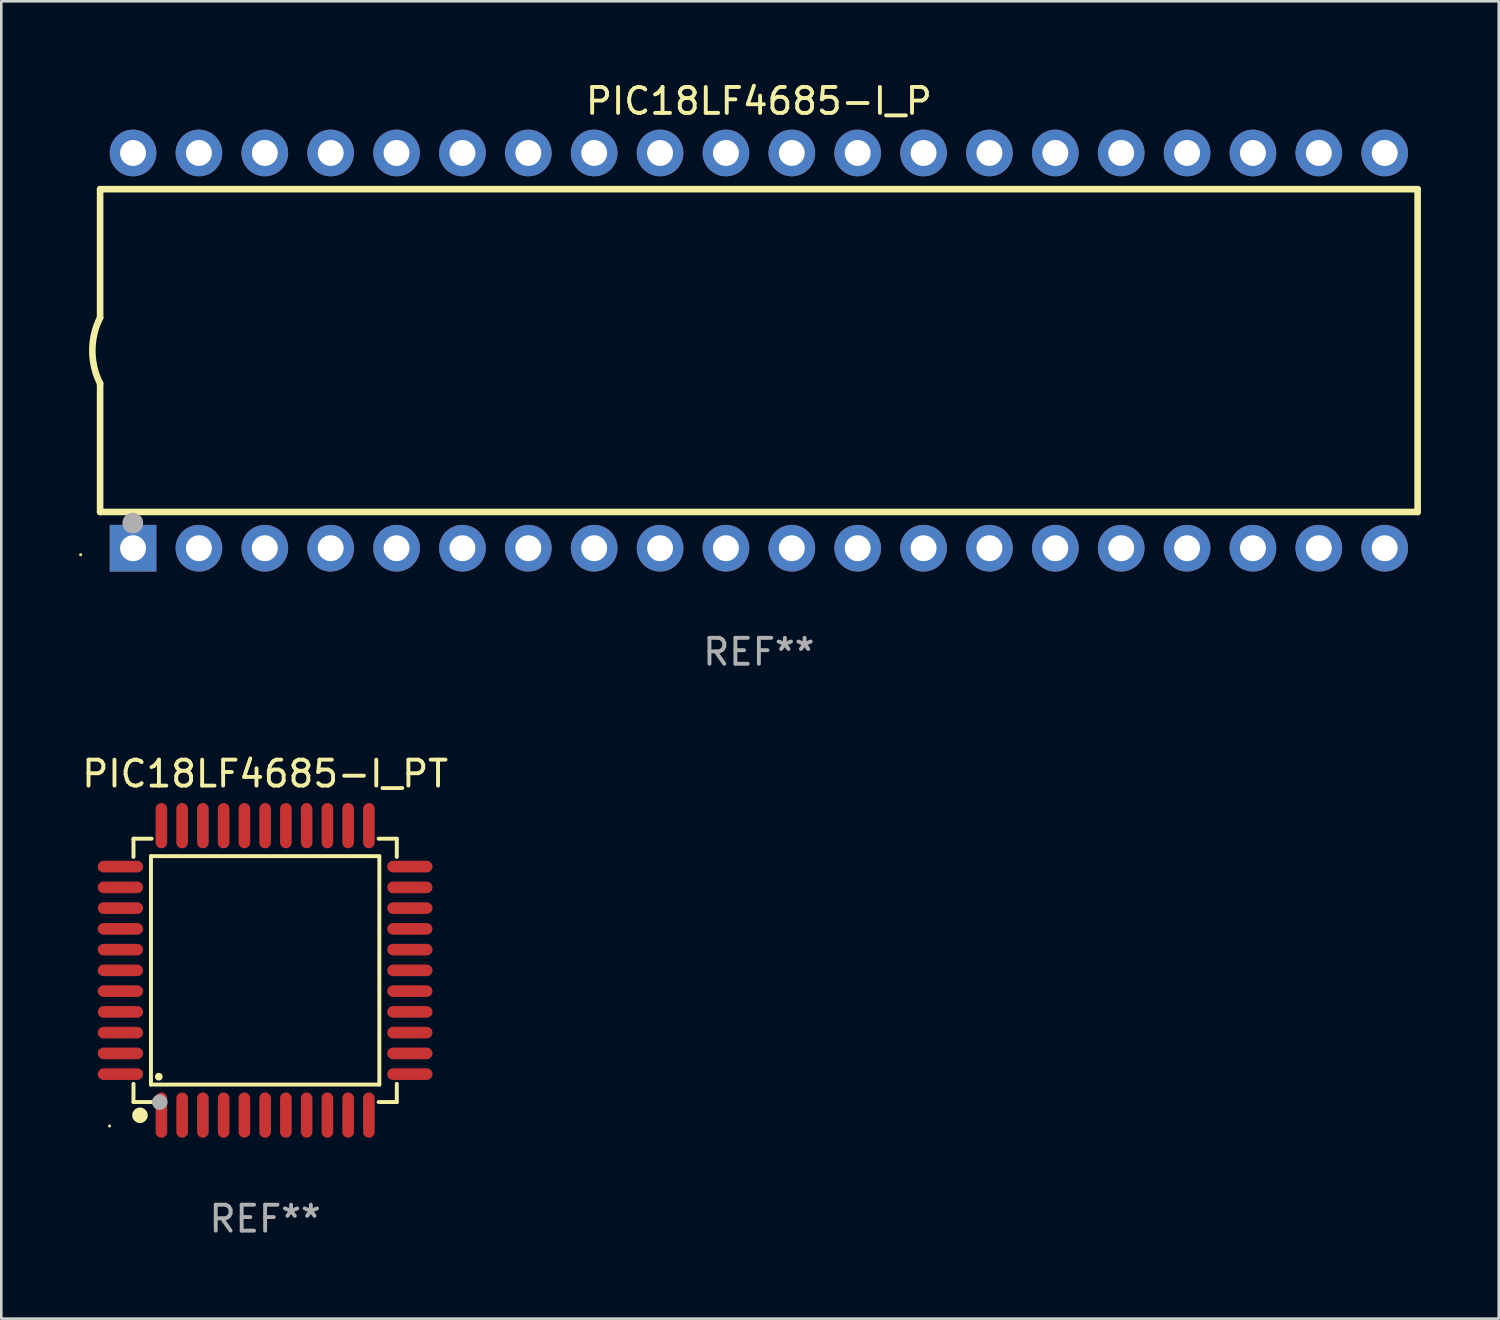
<source format=kicad_pcb>
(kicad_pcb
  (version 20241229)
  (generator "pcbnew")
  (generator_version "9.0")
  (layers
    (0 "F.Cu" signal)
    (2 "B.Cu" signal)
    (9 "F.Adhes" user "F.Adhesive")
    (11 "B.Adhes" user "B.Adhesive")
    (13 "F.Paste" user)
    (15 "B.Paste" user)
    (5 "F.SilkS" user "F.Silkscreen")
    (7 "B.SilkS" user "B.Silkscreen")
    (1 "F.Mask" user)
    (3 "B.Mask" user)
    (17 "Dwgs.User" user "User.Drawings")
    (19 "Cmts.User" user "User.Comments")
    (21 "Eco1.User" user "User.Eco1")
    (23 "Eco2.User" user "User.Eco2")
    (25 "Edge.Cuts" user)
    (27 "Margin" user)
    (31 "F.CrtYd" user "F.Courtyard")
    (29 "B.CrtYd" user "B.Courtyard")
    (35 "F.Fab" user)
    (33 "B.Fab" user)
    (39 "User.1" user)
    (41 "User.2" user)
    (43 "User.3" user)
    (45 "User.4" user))
  (footprint "PIC18LF4685-I_PT"
    (layer "F.Cu")
    (at 7.173 34.365)
    (property "Reference" "PIC18LF4685-I_PT" (at 0 -7.58 0) (layer "F.SilkS") (effects (font (size 1 1) (thickness 0.15))))
    (attr through_hole)
    (fp_line (start -5.076 -5.076) (end -5.076 -4.376) (stroke (width 0.152) (type solid)) (layer "F.SilkS"))
    (fp_line (start -5.076 5.076) (end -5.076 4.376) (stroke (width 0.152) (type solid)) (layer "F.SilkS"))
    (fp_line (start -4.403 -4.403) (end 4.403 -4.403) (stroke (width 0.152) (type solid)) (layer "F.SilkS"))
    (fp_line (start -4.403 4.403) (end -4.403 -4.403) (stroke (width 0.152) (type solid)) (layer "F.SilkS"))
    (fp_line (start -4.376 -5.076) (end -5.076 -5.076) (stroke (width 0.152) (type solid)) (layer "F.SilkS"))
    (fp_line (start -4.376 5.076) (end -5.076 5.076) (stroke (width 0.152) (type solid)) (layer "F.SilkS"))
    (fp_line (start 4.376 -5.076) (end 5.076 -5.076) (stroke (width 0.152) (type solid)) (layer "F.SilkS"))
    (fp_line (start 4.376 5.076) (end 5.076 5.076) (stroke (width 0.152) (type solid)) (layer "F.SilkS"))
    (fp_line (start 4.403 -4.403) (end 4.403 4.403) (stroke (width 0.152) (type solid)) (layer "F.SilkS"))
    (fp_line (start 4.403 4.403) (end -4.403 4.403) (stroke (width 0.152) (type solid)) (layer "F.SilkS"))
    (fp_line (start 5.076 -5.076) (end 5.076 -4.376) (stroke (width 0.152) (type solid)) (layer "F.SilkS"))
    (fp_line (start 5.076 5.076) (end 5.076 4.376) (stroke (width 0.152) (type solid)) (layer "F.SilkS"))
    (fp_circle (center -6 6) (end -5.97 6) (stroke (width 0.06) (type solid)) (fill no) (layer "F.SilkS"))
    (fp_circle (center -4.826 5.588) (end -4.676 5.588) (stroke (width 0.3) (type solid)) (fill no) (layer "F.SilkS"))
    (fp_circle (center -4.1 4.1) (end -4.025 4.1) (stroke (width 0.15) (type solid)) (fill no) (layer "F.SilkS"))
    (fp_circle (center -4.064 5.08) (end -3.914 5.08) (stroke (width 0.3) (type solid)) (fill no) (layer "F.Fab"))
    (fp_text user "REF**" (at 0 9.58 0) (layer "F.Fab") (effects (font (size 1 1) (thickness 0.15))))
    (pad "1" smd oval (at -4 5.58) (size 0.448 1.745) (layers "F.Cu" "F.Mask" "F.Paste"))
    (pad "2" smd oval (at -3.2 5.58) (size 0.448 1.745) (layers "F.Cu" "F.Mask" "F.Paste"))
    (pad "3" smd oval (at -2.4 5.58) (size 0.448 1.745) (layers "F.Cu" "F.Mask" "F.Paste"))
    (pad "4" smd oval (at -1.6 5.58) (size 0.448 1.745) (layers "F.Cu" "F.Mask" "F.Paste"))
    (pad "5" smd oval (at -0.8 5.58) (size 0.448 1.745) (layers "F.Cu" "F.Mask" "F.Paste"))
    (pad "6" smd oval (at 0 5.58) (size 0.448 1.745) (layers "F.Cu" "F.Mask" "F.Paste"))
    (pad "7" smd oval (at 0.8 5.58) (size 0.448 1.745) (layers "F.Cu" "F.Mask" "F.Paste"))
    (pad "8" smd oval (at 1.6 5.58) (size 0.448 1.745) (layers "F.Cu" "F.Mask" "F.Paste"))
    (pad "9" smd oval (at 2.4 5.58) (size 0.448 1.745) (layers "F.Cu" "F.Mask" "F.Paste"))
    (pad "10" smd oval (at 3.2 5.58) (size 0.448 1.745) (layers "F.Cu" "F.Mask" "F.Paste"))
    (pad "11" smd oval (at 4 5.58) (size 0.448 1.745) (layers "F.Cu" "F.Mask" "F.Paste"))
    (pad "12" smd oval (at 5.58 4) (size 1.745 0.448) (layers "F.Cu" "F.Mask" "F.Paste"))
    (pad "13" smd oval (at 5.58 3.2) (size 1.745 0.448) (layers "F.Cu" "F.Mask" "F.Paste"))
    (pad "14" smd oval (at 5.58 2.4) (size 1.745 0.448) (layers "F.Cu" "F.Mask" "F.Paste"))
    (pad "15" smd oval (at 5.58 1.6) (size 1.745 0.448) (layers "F.Cu" "F.Mask" "F.Paste"))
    (pad "16" smd oval (at 5.58 0.8) (size 1.745 0.448) (layers "F.Cu" "F.Mask" "F.Paste"))
    (pad "17" smd oval (at 5.58 0) (size 1.745 0.448) (layers "F.Cu" "F.Mask" "F.Paste"))
    (pad "18" smd oval (at 5.58 -0.8) (size 1.745 0.448) (layers "F.Cu" "F.Mask" "F.Paste"))
    (pad "19" smd oval (at 5.58 -1.6) (size 1.745 0.448) (layers "F.Cu" "F.Mask" "F.Paste"))
    (pad "20" smd oval (at 5.58 -2.4) (size 1.745 0.448) (layers "F.Cu" "F.Mask" "F.Paste"))
    (pad "21" smd oval (at 5.58 -3.2) (size 1.745 0.448) (layers "F.Cu" "F.Mask" "F.Paste"))
    (pad "22" smd oval (at 5.58 -4) (size 1.745 0.448) (layers "F.Cu" "F.Mask" "F.Paste"))
    (pad "23" smd oval (at 4 -5.58) (size 0.448 1.745) (layers "F.Cu" "F.Mask" "F.Paste"))
    (pad "24" smd oval (at 3.2 -5.58) (size 0.448 1.745) (layers "F.Cu" "F.Mask" "F.Paste"))
    (pad "25" smd oval (at 2.4 -5.58) (size 0.448 1.745) (layers "F.Cu" "F.Mask" "F.Paste"))
    (pad "26" smd oval (at 1.6 -5.58) (size 0.448 1.745) (layers "F.Cu" "F.Mask" "F.Paste"))
    (pad "27" smd oval (at 0.8 -5.58) (size 0.448 1.745) (layers "F.Cu" "F.Mask" "F.Paste"))
    (pad "28" smd oval (at 0 -5.58) (size 0.448 1.745) (layers "F.Cu" "F.Mask" "F.Paste"))
    (pad "29" smd oval (at -0.8 -5.58) (size 0.448 1.745) (layers "F.Cu" "F.Mask" "F.Paste"))
    (pad "30" smd oval (at -1.6 -5.58) (size 0.448 1.745) (layers "F.Cu" "F.Mask" "F.Paste"))
    (pad "31" smd oval (at -2.4 -5.58) (size 0.448 1.745) (layers "F.Cu" "F.Mask" "F.Paste"))
    (pad "32" smd oval (at -3.2 -5.58) (size 0.448 1.745) (layers "F.Cu" "F.Mask" "F.Paste"))
    (pad "33" smd oval (at -4 -5.58) (size 0.448 1.745) (layers "F.Cu" "F.Mask" "F.Paste"))
    (pad "34" smd oval (at -5.58 -4) (size 1.745 0.448) (layers "F.Cu" "F.Mask" "F.Paste"))
    (pad "35" smd oval (at -5.58 -3.2) (size 1.745 0.448) (layers "F.Cu" "F.Mask" "F.Paste"))
    (pad "36" smd oval (at -5.58 -2.4) (size 1.745 0.448) (layers "F.Cu" "F.Mask" "F.Paste"))
    (pad "37" smd oval (at -5.58 -1.6) (size 1.745 0.448) (layers "F.Cu" "F.Mask" "F.Paste"))
    (pad "38" smd oval (at -5.58 -0.8) (size 1.745 0.448) (layers "F.Cu" "F.Mask" "F.Paste"))
    (pad "39" smd oval (at -5.58 0) (size 1.745 0.448) (layers "F.Cu" "F.Mask" "F.Paste"))
    (pad "40" smd oval (at -5.58 0.8) (size 1.745 0.448) (layers "F.Cu" "F.Mask" "F.Paste"))
    (pad "41" smd oval (at -5.58 1.6) (size 1.745 0.448) (layers "F.Cu" "F.Mask" "F.Paste"))
    (pad "42" smd oval (at -5.58 2.4) (size 1.745 0.448) (layers "F.Cu" "F.Mask" "F.Paste"))
    (pad "43" smd oval (at -5.58 3.2) (size 1.745 0.448) (layers "F.Cu" "F.Mask" "F.Paste"))
    (pad "44" smd oval (at -5.58 4) (size 1.745 0.448) (layers "F.Cu" "F.Mask" "F.Paste")))
  (footprint "PIC18LF4685-I_P"
    (layer "F.Cu")
    (at 26.21 10.468)
    (property "Reference" "PIC18LF4685-I_P" (at 0 -9.62 0) (layer "F.SilkS") (effects (font (size 1 1) (thickness 0.15))))
    (attr through_hole)
    (fp_line (start -25.4 -6.224) (end -25.4 -1.271) (stroke (width 0.254) (type solid)) (layer "F.SilkS"))
    (fp_line (start -25.4 -6.224) (end 25.4 -6.224) (stroke (width 0.254) (type solid)) (layer "F.SilkS"))
    (fp_line (start -25.4 1.269) (end -25.4 6.222) (stroke (width 0.254) (type solid)) (layer "F.SilkS"))
    (fp_line (start -25.4 6.222) (end 25.4 6.222) (stroke (width 0.254) (type solid)) (layer "F.SilkS"))
    (fp_line (start 25.4 6.222) (end 25.4 -6.224) (stroke (width 0.254) (type solid)) (layer "F.SilkS"))
    (fp_arc (start -25.4 1.269241) (mid -25.699807 -0.000762) (end -25.4 -1.270765) (stroke (width 0.254001) (type solid)) (layer "F.SilkS"))
    (fp_circle (center -26.15 7.87) (end -26.12 7.87) (stroke (width 0.06) (type solid)) (fill no) (layer "F.SilkS"))
    (fp_circle (center -24.14 6.65) (end -23.94 6.65) (stroke (width 0.4) (type solid)) (fill no) (layer "F.Fab"))
    (fp_text user "REF**" (at 0 11.62 0) (layer "F.Fab") (effects (font (size 1 1) (thickness 0.15))))
    (pad "1" thru_hole rect (at -24.13 7.62 90) (size 1.8 1.8) (drill 1) (layers "*.Cu" "*.Mask"))
    (pad "2" thru_hole circle (at -21.59 7.62) (size 1.8 1.8) (drill 1) (layers "*.Cu" "*.Mask"))
    (pad "3" thru_hole circle (at -19.05 7.62) (size 1.8 1.8) (drill 1) (layers "*.Cu" "*.Mask"))
    (pad "4" thru_hole circle (at -16.51 7.62) (size 1.8 1.8) (drill 1) (layers "*.Cu" "*.Mask"))
    (pad "5" thru_hole circle (at -13.97 7.62) (size 1.8 1.8) (drill 1) (layers "*.Cu" "*.Mask"))
    (pad "6" thru_hole circle (at -11.43 7.62) (size 1.8 1.8) (drill 1) (layers "*.Cu" "*.Mask"))
    (pad "7" thru_hole circle (at -8.89 7.62) (size 1.8 1.8) (drill 1) (layers "*.Cu" "*.Mask"))
    (pad "8" thru_hole circle (at -6.35 7.62) (size 1.8 1.8) (drill 1) (layers "*.Cu" "*.Mask"))
    (pad "9" thru_hole circle (at -3.81 7.62) (size 1.8 1.8) (drill 1) (layers "*.Cu" "*.Mask"))
    (pad "10" thru_hole circle (at -1.27 7.62) (size 1.8 1.8) (drill 1) (layers "*.Cu" "*.Mask"))
    (pad "11" thru_hole circle (at 1.27 7.62) (size 1.8 1.8) (drill 1) (layers "*.Cu" "*.Mask"))
    (pad "12" thru_hole circle (at 3.81 7.62) (size 1.8 1.8) (drill 1) (layers "*.Cu" "*.Mask"))
    (pad "13" thru_hole circle (at 6.35 7.62) (size 1.8 1.8) (drill 1) (layers "*.Cu" "*.Mask"))
    (pad "14" thru_hole circle (at 8.89 7.62) (size 1.8 1.8) (drill 1) (layers "*.Cu" "*.Mask"))
    (pad "15" thru_hole circle (at 11.43 7.62) (size 1.8 1.8) (drill 1) (layers "*.Cu" "*.Mask"))
    (pad "16" thru_hole circle (at 13.97 7.62) (size 1.8 1.8) (drill 1) (layers "*.Cu" "*.Mask"))
    (pad "17" thru_hole circle (at 16.51 7.62) (size 1.8 1.8) (drill 1) (layers "*.Cu" "*.Mask"))
    (pad "18" thru_hole circle (at 19.05 7.62) (size 1.8 1.8) (drill 1) (layers "*.Cu" "*.Mask"))
    (pad "19" thru_hole circle (at 21.59 7.62) (size 1.8 1.8) (drill 1) (layers "*.Cu" "*.Mask"))
    (pad "20" thru_hole circle (at 24.13 7.62) (size 1.8 1.8) (drill 1) (layers "*.Cu" "*.Mask"))
    (pad "21" thru_hole circle (at 24.13 -7.62) (size 1.8 1.8) (drill 1) (layers "*.Cu" "*.Mask"))
    (pad "22" thru_hole circle (at 21.59 -7.62) (size 1.8 1.8) (drill 1) (layers "*.Cu" "*.Mask"))
    (pad "23" thru_hole circle (at 19.05 -7.62) (size 1.8 1.8) (drill 1) (layers "*.Cu" "*.Mask"))
    (pad "24" thru_hole circle (at 16.51 -7.62) (size 1.8 1.8) (drill 1) (layers "*.Cu" "*.Mask"))
    (pad "25" thru_hole circle (at 13.97 -7.62) (size 1.8 1.8) (drill 1) (layers "*.Cu" "*.Mask"))
    (pad "26" thru_hole circle (at 11.43 -7.62) (size 1.8 1.8) (drill 1) (layers "*.Cu" "*.Mask"))
    (pad "27" thru_hole circle (at 8.89 -7.62) (size 1.8 1.8) (drill 1) (layers "*.Cu" "*.Mask"))
    (pad "28" thru_hole circle (at 6.35 -7.62) (size 1.8 1.8) (drill 1) (layers "*.Cu" "*.Mask"))
    (pad "29" thru_hole circle (at 3.81 -7.62) (size 1.8 1.8) (drill 1) (layers "*.Cu" "*.Mask"))
    (pad "30" thru_hole circle (at 1.27 -7.62) (size 1.8 1.8) (drill 1) (layers "*.Cu" "*.Mask"))
    (pad "31" thru_hole circle (at -1.27 -7.62) (size 1.8 1.8) (drill 1) (layers "*.Cu" "*.Mask"))
    (pad "32" thru_hole circle (at -3.81 -7.62) (size 1.8 1.8) (drill 1) (layers "*.Cu" "*.Mask"))
    (pad "33" thru_hole circle (at -6.35 -7.62) (size 1.8 1.8) (drill 1) (layers "*.Cu" "*.Mask"))
    (pad "34" thru_hole circle (at -8.89 -7.62) (size 1.8 1.8) (drill 1) (layers "*.Cu" "*.Mask"))
    (pad "35" thru_hole circle (at -11.43 -7.62) (size 1.8 1.8) (drill 1) (layers "*.Cu" "*.Mask"))
    (pad "36" thru_hole circle (at -13.97 -7.62) (size 1.8 1.8) (drill 1) (layers "*.Cu" "*.Mask"))
    (pad "37" thru_hole circle (at -16.51 -7.62) (size 1.8 1.8) (drill 1) (layers "*.Cu" "*.Mask"))
    (pad "38" thru_hole circle (at -19.05 -7.62) (size 1.8 1.8) (drill 1) (layers "*.Cu" "*.Mask"))
    (pad "39" thru_hole circle (at -21.59 -7.62) (size 1.8 1.8) (drill 1) (layers "*.Cu" "*.Mask"))
    (pad "40" thru_hole circle (at -24.13 -7.62) (size 1.8 1.8) (drill 1) (layers "*.Cu" "*.Mask")))
  (gr_rect
    (start -3 -3)
    (end 54.737 47.793)
    (stroke (width 0.1) (type default))
    (fill no)
    (layer "Edge.Cuts")))
</source>
